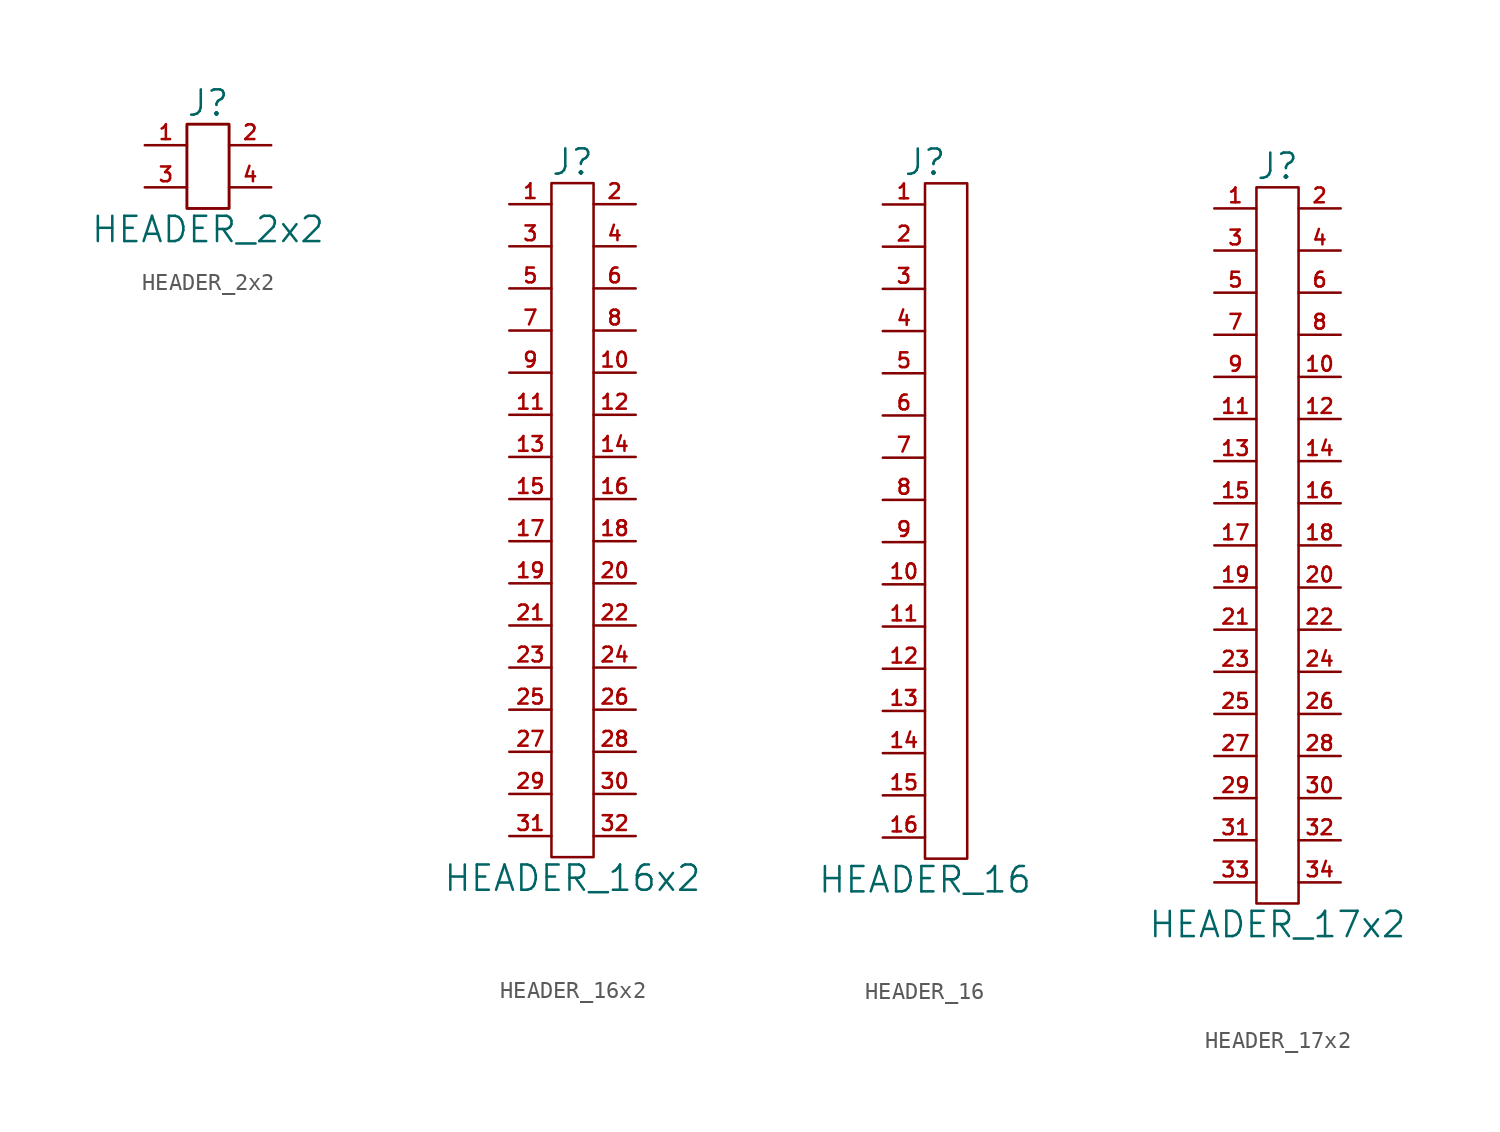
<source format=kicad_sym>
(kicad_symbol_lib
  (version 20220914)
  (generator kicad_symbol_editor)
  (symbol "HEADER_2x2"
    (pin_names
      (offset 0))
    (property "Reference" "J"
      (at 0 3.81 0)
      (effects (font (size 1.524 1.524))))
    (property "Value" "HEADER_2x2"
      (at 0 -3.81 0)
      (effects (font (size 1.524 1.524))))
    (property "Footprint" ""
      (at 0 0 0)
      (effects (font (size 1.524 1.524))))
    (property "Datasheet" ""
      (at 0 0 0)
      (effects (font (size 1.524 1.524))))
    (symbol "HEADER_2x2_0_1"
      (rectangle (start 1.27 2.54) (end -1.27 -2.54) (stroke (width 0) (type solid)) (fill (type none)))
      (rectangle (start 1.27 2.54) (end -1.27 -2.54) (stroke (width 0) (type solid)) (fill (type none))))
    (symbol "HEADER_2x2_1_1"
      (pin passive line (at -3.81 1.27 0) (length 2.54) (name "~" (effects (font (size 1.27 1.27)))) (number "1" (effects (font (size 0.889 0.889)))))
      (pin passive line (at 3.81 1.27 180) (length 2.54) (name "~" (effects (font (size 1.27 1.27)))) (number "2" (effects (font (size 0.889 0.889)))))
      (pin passive line (at -3.81 -1.27 0) (length 2.54) (name "~" (effects (font (size 1.27 1.27)))) (number "3" (effects (font (size 0.889 0.889)))))
      (pin passive line (at 3.81 -1.27 180) (length 2.54) (name "~" (effects (font (size 1.27 1.27)))) (number "4" (effects (font (size 0.889 0.889)))))))
  (symbol "HEADER_16x2"
    (pin_names
      (offset 0))
    (property "Reference" "J"
      (at 0 21.59 0)
      (effects (font (size 1.524 1.524))))
    (property "Value" "HEADER_16x2"
      (at 0 -21.59 0)
      (effects (font (size 1.524 1.524))))
    (property "Footprint" ""
      (at 0 0 0)
      (effects (font (size 1.524 1.524))))
    (property "Datasheet" ""
      (at 0 0 0)
      (effects (font (size 1.524 1.524))))
    (symbol "HEADER_16x2_0_1"
      (rectangle (start -1.27 20.32) (end 1.27 -20.32) (stroke (width 0) (type solid)) (fill (type none))))
    (symbol "HEADER_16x2_1_1"
      (pin passive line (at -3.81 19.05 0) (length 2.54) (name "~" (effects (font (size 0.889 0.889)))) (number "1" (effects (font (size 0.889 0.889)))))
      (pin passive line (at 3.81 8.89 180) (length 2.54) (name "~" (effects (font (size 1.27 1.27)))) (number "10" (effects (font (size 0.889 0.889)))))
      (pin passive line (at -3.81 6.35 0) (length 2.54) (name "~" (effects (font (size 1.27 1.27)))) (number "11" (effects (font (size 0.889 0.889)))))
      (pin passive line (at 3.81 6.35 180) (length 2.54) (name "~" (effects (font (size 1.27 1.27)))) (number "12" (effects (font (size 0.889 0.889)))))
      (pin passive line (at -3.81 3.81 0) (length 2.54) (name "~" (effects (font (size 1.27 1.27)))) (number "13" (effects (font (size 0.889 0.889)))))
      (pin passive line (at 3.81 3.81 180) (length 2.54) (name "~" (effects (font (size 1.27 1.27)))) (number "14" (effects (font (size 0.889 0.889)))))
      (pin passive line (at -3.81 1.27 0) (length 2.54) (name "~" (effects (font (size 1.27 1.27)))) (number "15" (effects (font (size 0.889 0.889)))))
      (pin passive line (at 3.81 1.27 180) (length 2.54) (name "~" (effects (font (size 1.27 1.27)))) (number "16" (effects (font (size 0.889 0.889)))))
      (pin passive line (at -3.81 -1.27 0) (length 2.54) (name "~" (effects (font (size 1.27 1.27)))) (number "17" (effects (font (size 0.889 0.889)))))
      (pin passive line (at 3.81 -1.27 180) (length 2.54) (name "~" (effects (font (size 1.27 1.27)))) (number "18" (effects (font (size 0.889 0.889)))))
      (pin passive line (at -3.81 -3.81 0) (length 2.54) (name "~" (effects (font (size 1.27 1.27)))) (number "19" (effects (font (size 0.889 0.889)))))
      (pin passive line (at 3.81 19.05 180) (length 2.54) (name "~" (effects (font (size 1.27 1.27)))) (number "2" (effects (font (size 0.889 0.889)))))
      (pin passive line (at 3.81 -3.81 180) (length 2.54) (name "~" (effects (font (size 1.27 1.27)))) (number "20" (effects (font (size 0.889 0.889)))))
      (pin passive line (at -3.81 -6.35 0) (length 2.54) (name "~" (effects (font (size 1.27 1.27)))) (number "21" (effects (font (size 0.889 0.889)))))
      (pin passive line (at 3.81 -6.35 180) (length 2.54) (name "~" (effects (font (size 1.27 1.27)))) (number "22" (effects (font (size 0.889 0.889)))))
      (pin passive line (at -3.81 -8.89 0) (length 2.54) (name "~" (effects (font (size 1.27 1.27)))) (number "23" (effects (font (size 0.889 0.889)))))
      (pin passive line (at 3.81 -8.89 180) (length 2.54) (name "~" (effects (font (size 1.27 1.27)))) (number "24" (effects (font (size 0.889 0.889)))))
      (pin passive line (at -3.81 -11.43 0) (length 2.54) (name "~" (effects (font (size 1.27 1.27)))) (number "25" (effects (font (size 0.889 0.889)))))
      (pin passive line (at 3.81 -11.43 180) (length 2.54) (name "~" (effects (font (size 1.27 1.27)))) (number "26" (effects (font (size 0.889 0.889)))))
      (pin passive line (at -3.81 -13.97 0) (length 2.54) (name "~" (effects (font (size 1.27 1.27)))) (number "27" (effects (font (size 0.889 0.889)))))
      (pin passive line (at 3.81 -13.97 180) (length 2.54) (name "~" (effects (font (size 1.27 1.27)))) (number "28" (effects (font (size 0.889 0.889)))))
      (pin passive line (at -3.81 -16.51 0) (length 2.54) (name "~" (effects (font (size 1.27 1.27)))) (number "29" (effects (font (size 0.889 0.889)))))
      (pin passive line (at -3.81 16.51 0) (length 2.54) (name "~" (effects (font (size 1.27 1.27)))) (number "3" (effects (font (size 0.889 0.889)))))
      (pin passive line (at 3.81 -16.51 180) (length 2.54) (name "~" (effects (font (size 1.27 1.27)))) (number "30" (effects (font (size 0.889 0.889)))))
      (pin passive line (at -3.81 -19.05 0) (length 2.54) (name "~" (effects (font (size 1.27 1.27)))) (number "31" (effects (font (size 0.889 0.889)))))
      (pin passive line (at 3.81 -19.05 180) (length 2.54) (name "~" (effects (font (size 1.27 1.27)))) (number "32" (effects (font (size 0.889 0.889)))))
      (pin passive line (at 3.81 16.51 180) (length 2.54) (name "~" (effects (font (size 1.27 1.27)))) (number "4" (effects (font (size 0.889 0.889)))))
      (pin passive line (at -3.81 13.97 0) (length 2.54) (name "~" (effects (font (size 1.27 1.27)))) (number "5" (effects (font (size 0.889 0.889)))))
      (pin passive line (at 3.81 13.97 180) (length 2.54) (name "~" (effects (font (size 1.27 1.27)))) (number "6" (effects (font (size 0.889 0.889)))))
      (pin passive line (at -3.81 11.43 0) (length 2.54) (name "~" (effects (font (size 1.27 1.27)))) (number "7" (effects (font (size 0.889 0.889)))))
      (pin passive line (at 3.81 11.43 180) (length 2.54) (name "~" (effects (font (size 1.27 1.27)))) (number "8" (effects (font (size 0.889 0.889)))))
      (pin passive line (at -3.81 8.89 0) (length 2.54) (name "~" (effects (font (size 1.27 1.27)))) (number "9" (effects (font (size 0.889 0.889)))))))
  (symbol "HEADER_16"
    (pin_names
      (offset 0))
    (property "Reference" "J"
      (at 0 21.59 0)
      (effects (font (size 1.524 1.524))))
    (property "Value" "HEADER_16"
      (at 0 -21.59 0)
      (effects (font (size 1.524 1.524))))
    (property "Footprint" ""
      (at 0 0 0)
      (effects (font (size 1.524 1.524))))
    (property "Datasheet" ""
      (at 0 0 0)
      (effects (font (size 1.524 1.524))))
    (symbol "HEADER_16_0_1"
      (rectangle (start 2.54 20.32) (end 0 -20.32) (stroke (width 0) (type solid)) (fill (type none))))
    (symbol "HEADER_16_1_1"
      (pin passive line (at -2.54 19.05 0) (length 2.54) (name "~" (effects (font (size 0.889 0.889)))) (number "1" (effects (font (size 0.889 0.889)))))
      (pin passive line (at -2.54 -3.81 0) (length 2.54) (name "~" (effects (font (size 1.27 1.27)))) (number "10" (effects (font (size 0.889 0.889)))))
      (pin passive line (at -2.54 -6.35 0) (length 2.54) (name "~" (effects (font (size 1.27 1.27)))) (number "11" (effects (font (size 0.889 0.889)))))
      (pin passive line (at -2.54 -8.89 0) (length 2.54) (name "~" (effects (font (size 1.27 1.27)))) (number "12" (effects (font (size 0.889 0.889)))))
      (pin passive line (at -2.54 -11.43 0) (length 2.54) (name "~" (effects (font (size 1.27 1.27)))) (number "13" (effects (font (size 0.889 0.889)))))
      (pin passive line (at -2.54 -13.97 0) (length 2.54) (name "~" (effects (font (size 1.27 1.27)))) (number "14" (effects (font (size 0.889 0.889)))))
      (pin passive line (at -2.54 -16.51 0) (length 2.54) (name "~" (effects (font (size 1.27 1.27)))) (number "15" (effects (font (size 0.889 0.889)))))
      (pin passive line (at -2.54 -19.05 0) (length 2.54) (name "~" (effects (font (size 1.27 1.27)))) (number "16" (effects (font (size 0.889 0.889)))))
      (pin passive line (at -2.54 16.51 0) (length 2.54) (name "~" (effects (font (size 1.27 1.27)))) (number "2" (effects (font (size 0.889 0.889)))))
      (pin passive line (at -2.54 13.97 0) (length 2.54) (name "~" (effects (font (size 1.27 1.27)))) (number "3" (effects (font (size 0.889 0.889)))))
      (pin passive line (at -2.54 11.43 0) (length 2.54) (name "~" (effects (font (size 1.27 1.27)))) (number "4" (effects (font (size 0.889 0.889)))))
      (pin passive line (at -2.54 8.89 0) (length 2.54) (name "~" (effects (font (size 1.27 1.27)))) (number "5" (effects (font (size 0.889 0.889)))))
      (pin passive line (at -2.54 6.35 0) (length 2.54) (name "~" (effects (font (size 1.27 1.27)))) (number "6" (effects (font (size 0.889 0.889)))))
      (pin passive line (at -2.54 3.81 0) (length 2.54) (name "~" (effects (font (size 1.27 1.27)))) (number "7" (effects (font (size 0.889 0.889)))))
      (pin passive line (at -2.54 1.27 0) (length 2.54) (name "~" (effects (font (size 1.27 1.27)))) (number "8" (effects (font (size 0.889 0.889)))))
      (pin passive line (at -2.54 -1.27 0) (length 2.54) (name "~" (effects (font (size 1.27 1.27)))) (number "9" (effects (font (size 0.889 0.889)))))))
  (symbol "HEADER_17x2"
    (pin_names
      (offset 0))
    (property "Reference" "J"
      (at 0 22.86 0)
      (effects (font (size 1.524 1.524))))
    (property "Value" "HEADER_17x2"
      (at 0 -22.86 0)
      (effects (font (size 1.524 1.524))))
    (property "Footprint" ""
      (at 0 0 0)
      (effects (font (size 1.524 1.524))))
    (property "Datasheet" ""
      (at 0 0 0)
      (effects (font (size 1.524 1.524))))
    (symbol "HEADER_17x2_0_1"
      (rectangle (start 1.27 21.59) (end -1.27 -21.59) (stroke (width 0) (type solid)) (fill (type none))))
    (symbol "HEADER_17x2_1_1"
      (pin passive line (at -3.81 20.32 0) (length 2.54) (name "~" (effects (font (size 0.889 0.889)))) (number "1" (effects (font (size 0.889 0.889)))))
      (pin passive line (at 3.81 10.16 180) (length 2.54) (name "~" (effects (font (size 1.27 1.27)))) (number "10" (effects (font (size 0.889 0.889)))))
      (pin passive line (at -3.81 7.62 0) (length 2.54) (name "~" (effects (font (size 1.27 1.27)))) (number "11" (effects (font (size 0.889 0.889)))))
      (pin passive line (at 3.81 7.62 180) (length 2.54) (name "~" (effects (font (size 1.27 1.27)))) (number "12" (effects (font (size 0.889 0.889)))))
      (pin passive line (at -3.81 5.08 0) (length 2.54) (name "~" (effects (font (size 1.27 1.27)))) (number "13" (effects (font (size 0.889 0.889)))))
      (pin passive line (at 3.81 5.08 180) (length 2.54) (name "~" (effects (font (size 1.27 1.27)))) (number "14" (effects (font (size 0.889 0.889)))))
      (pin passive line (at -3.81 2.54 0) (length 2.54) (name "~" (effects (font (size 1.27 1.27)))) (number "15" (effects (font (size 0.889 0.889)))))
      (pin passive line (at 3.81 2.54 180) (length 2.54) (name "~" (effects (font (size 1.27 1.27)))) (number "16" (effects (font (size 0.889 0.889)))))
      (pin passive line (at -3.81 0 0) (length 2.54) (name "~" (effects (font (size 1.27 1.27)))) (number "17" (effects (font (size 0.889 0.889)))))
      (pin passive line (at 3.81 0 180) (length 2.54) (name "~" (effects (font (size 1.27 1.27)))) (number "18" (effects (font (size 0.889 0.889)))))
      (pin passive line (at -3.81 -2.54 0) (length 2.54) (name "~" (effects (font (size 1.27 1.27)))) (number "19" (effects (font (size 0.889 0.889)))))
      (pin passive line (at 3.81 20.32 180) (length 2.54) (name "~" (effects (font (size 1.27 1.27)))) (number "2" (effects (font (size 0.889 0.889)))))
      (pin passive line (at 3.81 -2.54 180) (length 2.54) (name "~" (effects (font (size 1.27 1.27)))) (number "20" (effects (font (size 0.889 0.889)))))
      (pin passive line (at -3.81 -5.08 0) (length 2.54) (name "~" (effects (font (size 1.27 1.27)))) (number "21" (effects (font (size 0.889 0.889)))))
      (pin passive line (at 3.81 -5.08 180) (length 2.54) (name "~" (effects (font (size 1.27 1.27)))) (number "22" (effects (font (size 0.889 0.889)))))
      (pin passive line (at -3.81 -7.62 0) (length 2.54) (name "~" (effects (font (size 1.27 1.27)))) (number "23" (effects (font (size 0.889 0.889)))))
      (pin passive line (at 3.81 -7.62 180) (length 2.54) (name "~" (effects (font (size 1.27 1.27)))) (number "24" (effects (font (size 0.889 0.889)))))
      (pin passive line (at -3.81 -10.16 0) (length 2.54) (name "~" (effects (font (size 1.27 1.27)))) (number "25" (effects (font (size 0.889 0.889)))))
      (pin passive line (at 3.81 -10.16 180) (length 2.54) (name "~" (effects (font (size 1.27 1.27)))) (number "26" (effects (font (size 0.889 0.889)))))
      (pin passive line (at -3.81 -12.7 0) (length 2.54) (name "~" (effects (font (size 1.27 1.27)))) (number "27" (effects (font (size 0.889 0.889)))))
      (pin passive line (at 3.81 -12.7 180) (length 2.54) (name "~" (effects (font (size 1.27 1.27)))) (number "28" (effects (font (size 0.889 0.889)))))
      (pin passive line (at -3.81 -15.24 0) (length 2.54) (name "~" (effects (font (size 1.27 1.27)))) (number "29" (effects (font (size 0.889 0.889)))))
      (pin passive line (at -3.81 17.78 0) (length 2.54) (name "~" (effects (font (size 1.27 1.27)))) (number "3" (effects (font (size 0.889 0.889)))))
      (pin passive line (at 3.81 -15.24 180) (length 2.54) (name "~" (effects (font (size 1.27 1.27)))) (number "30" (effects (font (size 0.889 0.889)))))
      (pin passive line (at -3.81 -17.78 0) (length 2.54) (name "~" (effects (font (size 1.27 1.27)))) (number "31" (effects (font (size 0.889 0.889)))))
      (pin passive line (at 3.81 -17.78 180) (length 2.54) (name "~" (effects (font (size 1.27 1.27)))) (number "32" (effects (font (size 0.889 0.889)))))
      (pin passive line (at -3.81 -20.32 0) (length 2.54) (name "~" (effects (font (size 1.27 1.27)))) (number "33" (effects (font (size 0.889 0.889)))))
      (pin passive line (at 3.81 -20.32 180) (length 2.54) (name "~" (effects (font (size 1.27 1.27)))) (number "34" (effects (font (size 0.889 0.889)))))
      (pin passive line (at 3.81 17.78 180) (length 2.54) (name "~" (effects (font (size 1.27 1.27)))) (number "4" (effects (font (size 0.889 0.889)))))
      (pin passive line (at -3.81 15.24 0) (length 2.54) (name "~" (effects (font (size 1.27 1.27)))) (number "5" (effects (font (size 0.889 0.889)))))
      (pin passive line (at 3.81 15.24 180) (length 2.54) (name "~" (effects (font (size 1.27 1.27)))) (number "6" (effects (font (size 0.889 0.889)))))
      (pin passive line (at -3.81 12.7 0) (length 2.54) (name "~" (effects (font (size 1.27 1.27)))) (number "7" (effects (font (size 0.889 0.889)))))
      (pin passive line (at 3.81 12.7 180) (length 2.54) (name "~" (effects (font (size 1.27 1.27)))) (number "8" (effects (font (size 0.889 0.889)))))
      (pin passive line (at -3.81 10.16 0) (length 2.54) (name "~" (effects (font (size 1.27 1.27)))) (number "9" (effects (font (size 0.889 0.889))))))))
</source>
